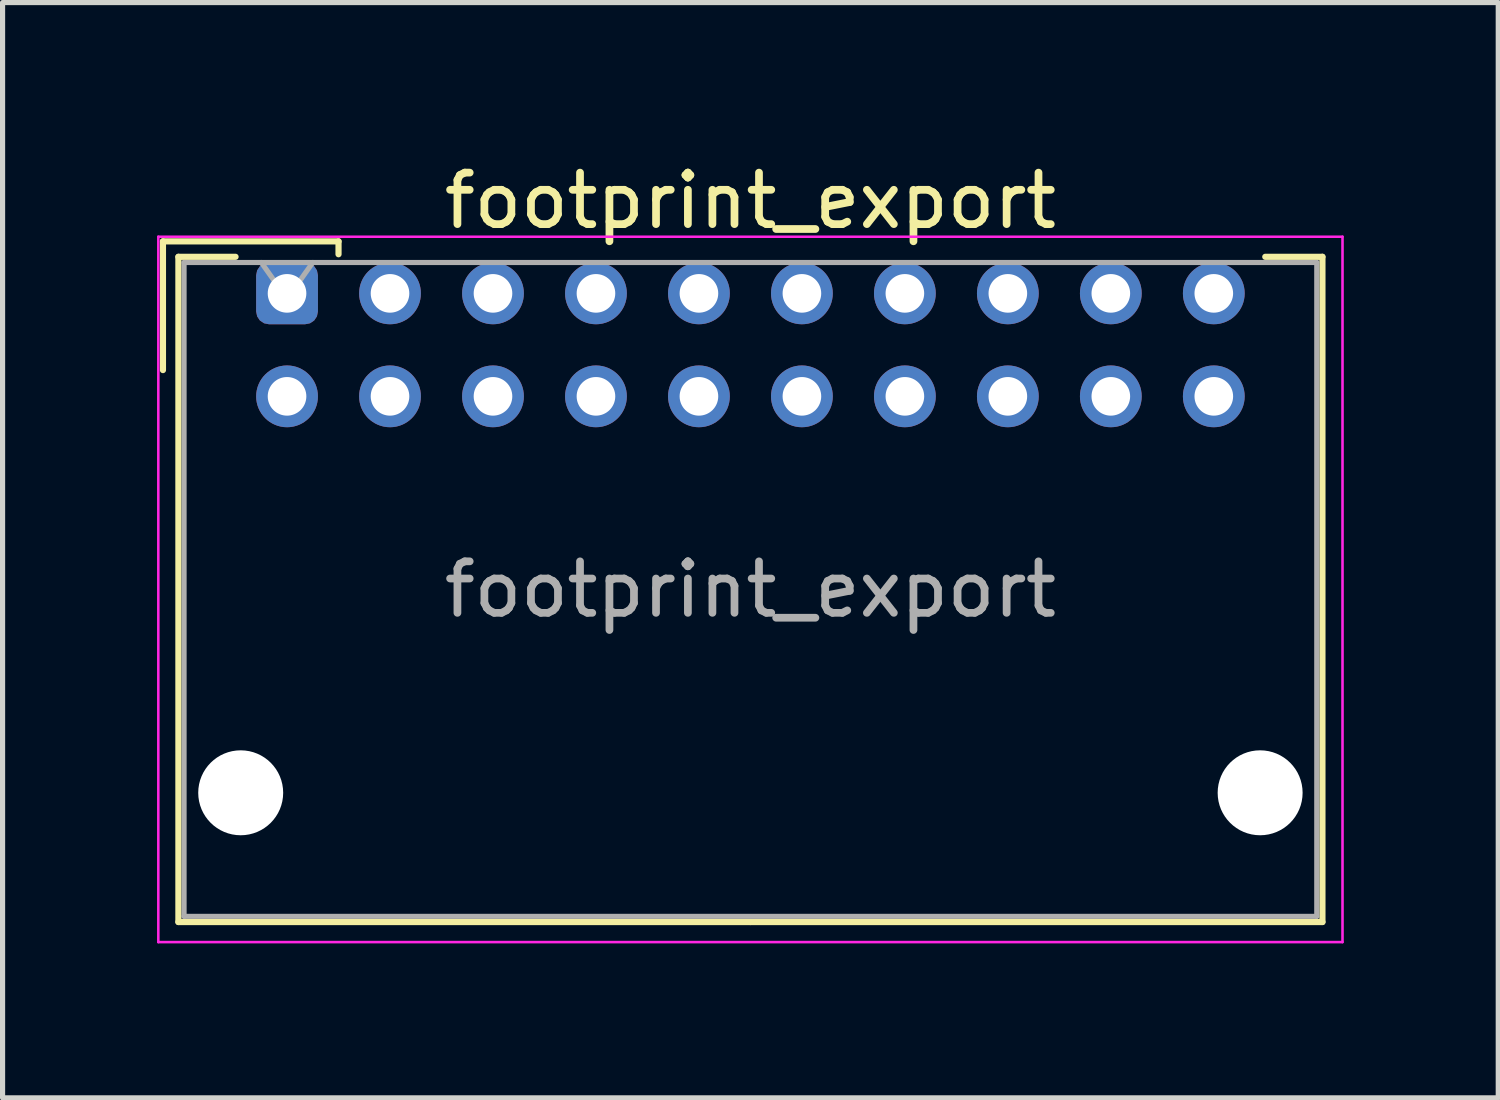
<source format=kicad_pcb>
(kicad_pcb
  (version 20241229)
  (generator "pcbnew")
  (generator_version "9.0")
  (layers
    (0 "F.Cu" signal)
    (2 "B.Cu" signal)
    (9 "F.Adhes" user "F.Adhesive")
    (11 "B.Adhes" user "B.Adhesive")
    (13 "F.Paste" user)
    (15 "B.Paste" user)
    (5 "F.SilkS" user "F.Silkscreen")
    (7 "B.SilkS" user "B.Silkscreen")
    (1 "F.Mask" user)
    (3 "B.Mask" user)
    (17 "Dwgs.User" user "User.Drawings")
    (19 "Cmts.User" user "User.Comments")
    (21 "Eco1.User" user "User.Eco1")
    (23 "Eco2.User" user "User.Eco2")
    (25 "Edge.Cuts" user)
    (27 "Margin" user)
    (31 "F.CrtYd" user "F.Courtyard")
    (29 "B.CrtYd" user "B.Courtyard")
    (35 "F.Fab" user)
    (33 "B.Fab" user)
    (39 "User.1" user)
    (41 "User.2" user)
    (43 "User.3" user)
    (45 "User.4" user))
  (footprint "footprint_export"
    (layer "F.Cu")
    (at 2.525 2.648)
    (property "Reference" "footprint_export" (at 9 -1.8 0) (layer "F.SilkS") (effects (font (size 1 1) (thickness 0.15))))
    (attr through_hole)
    (fp_line (start -2.41 -1.01) (end -2.41 1.49) (stroke (width 0.12) (type solid)) (layer "F.SilkS"))
    (fp_line (start -2.11 -0.71) (end -2.11 12.21) (stroke (width 0.12) (type solid)) (layer "F.SilkS"))
    (fp_line (start -2.11 12.21) (end 9 12.21) (stroke (width 0.12) (type solid)) (layer "F.SilkS"))
    (fp_line (start -1 -0.71) (end -2.11 -0.71) (stroke (width 0.12) (type solid)) (layer "F.SilkS"))
    (fp_line (start 1 -1.01) (end -2.41 -1.01) (stroke (width 0.12) (type solid)) (layer "F.SilkS"))
    (fp_line (start 1 -0.76) (end 1 -1.01) (stroke (width 0.12) (type solid)) (layer "F.SilkS"))
    (fp_line (start 19 -0.71) (end 20.11 -0.71) (stroke (width 0.12) (type solid)) (layer "F.SilkS"))
    (fp_line (start 20.11 -0.71) (end 20.11 12.21) (stroke (width 0.12) (type solid)) (layer "F.SilkS"))
    (fp_line (start 20.11 12.21) (end 9 12.21) (stroke (width 0.12) (type solid)) (layer "F.SilkS"))
    (fp_line (start -2.5 -1.1) (end -2.5 12.6) (stroke (width 0.05) (type solid)) (layer "F.CrtYd"))
    (fp_line (start -2.5 12.6) (end 20.5 12.6) (stroke (width 0.05) (type solid)) (layer "F.CrtYd"))
    (fp_line (start 20.5 -1.1) (end -2.5 -1.1) (stroke (width 0.05) (type solid)) (layer "F.CrtYd"))
    (fp_line (start 20.5 12.6) (end 20.5 -1.1) (stroke (width 0.05) (type solid)) (layer "F.CrtYd"))
    (fp_line (start -2 -0.6) (end -2 12.1) (stroke (width 0.1) (type solid)) (layer "F.Fab"))
    (fp_line (start -2 12.1) (end 20 12.1) (stroke (width 0.1) (type solid)) (layer "F.Fab"))
    (fp_line (start 0 0.107) (end -0.5 -0.6) (stroke (width 0.1) (type solid)) (layer "F.Fab"))
    (fp_line (start 0.5 -0.6) (end 0 0.107) (stroke (width 0.1) (type solid)) (layer "F.Fab"))
    (fp_line (start 20 -0.6) (end -2 -0.6) (stroke (width 0.1) (type solid)) (layer "F.Fab"))
    (fp_line (start 20 12.1) (end 20 -0.6) (stroke (width 0.1) (type solid)) (layer "F.Fab"))
    (fp_text user "${REFERENCE}" (at 9 5.75 0) (layer "F.Fab") (effects (font (size 1 1) (thickness 0.15))))
    (pad "" np_thru_hole circle (at -0.9 9.7) (size 1.65 1.65) (drill 1.65) (layers "*.Cu" "*.Mask"))
    (pad "" np_thru_hole circle (at 18.9 9.7) (size 1.65 1.65) (drill 1.65) (layers "*.Cu" "*.Mask"))
    (pad "1" thru_hole roundrect (at 0 0) (size 1.2 1.2) (drill 0.75) (layers "*.Cu" "*.Mask") (roundrect_rratio 0.208))
    (pad "2" thru_hole circle (at 0 2) (size 1.2 1.2) (drill 0.75) (layers "*.Cu" "*.Mask"))
    (pad "3" thru_hole circle (at 2 0) (size 1.2 1.2) (drill 0.75) (layers "*.Cu" "*.Mask"))
    (pad "4" thru_hole circle (at 2 2) (size 1.2 1.2) (drill 0.75) (layers "*.Cu" "*.Mask"))
    (pad "5" thru_hole circle (at 4 0) (size 1.2 1.2) (drill 0.75) (layers "*.Cu" "*.Mask"))
    (pad "6" thru_hole circle (at 4 2) (size 1.2 1.2) (drill 0.75) (layers "*.Cu" "*.Mask"))
    (pad "7" thru_hole circle (at 6 0) (size 1.2 1.2) (drill 0.75) (layers "*.Cu" "*.Mask"))
    (pad "8" thru_hole circle (at 6 2) (size 1.2 1.2) (drill 0.75) (layers "*.Cu" "*.Mask"))
    (pad "9" thru_hole circle (at 8 0) (size 1.2 1.2) (drill 0.75) (layers "*.Cu" "*.Mask"))
    (pad "10" thru_hole circle (at 8 2) (size 1.2 1.2) (drill 0.75) (layers "*.Cu" "*.Mask"))
    (pad "11" thru_hole circle (at 10 0) (size 1.2 1.2) (drill 0.75) (layers "*.Cu" "*.Mask"))
    (pad "12" thru_hole circle (at 10 2) (size 1.2 1.2) (drill 0.75) (layers "*.Cu" "*.Mask"))
    (pad "13" thru_hole circle (at 12 0) (size 1.2 1.2) (drill 0.75) (layers "*.Cu" "*.Mask"))
    (pad "14" thru_hole circle (at 12 2) (size 1.2 1.2) (drill 0.75) (layers "*.Cu" "*.Mask"))
    (pad "15" thru_hole circle (at 14 0) (size 1.2 1.2) (drill 0.75) (layers "*.Cu" "*.Mask"))
    (pad "16" thru_hole circle (at 14 2) (size 1.2 1.2) (drill 0.75) (layers "*.Cu" "*.Mask"))
    (pad "17" thru_hole circle (at 16 0) (size 1.2 1.2) (drill 0.75) (layers "*.Cu" "*.Mask"))
    (pad "18" thru_hole circle (at 16 2) (size 1.2 1.2) (drill 0.75) (layers "*.Cu" "*.Mask"))
    (pad "19" thru_hole circle (at 18 0) (size 1.2 1.2) (drill 0.75) (layers "*.Cu" "*.Mask"))
    (pad "20" thru_hole circle (at 18 2) (size 1.2 1.2) (drill 0.75) (layers "*.Cu" "*.Mask")))
  (gr_rect
    (start -3 -3)
    (end 26.05 18.273)
    (stroke (width 0.1) (type default))
    (fill no)
    (layer "Edge.Cuts")))
</source>
